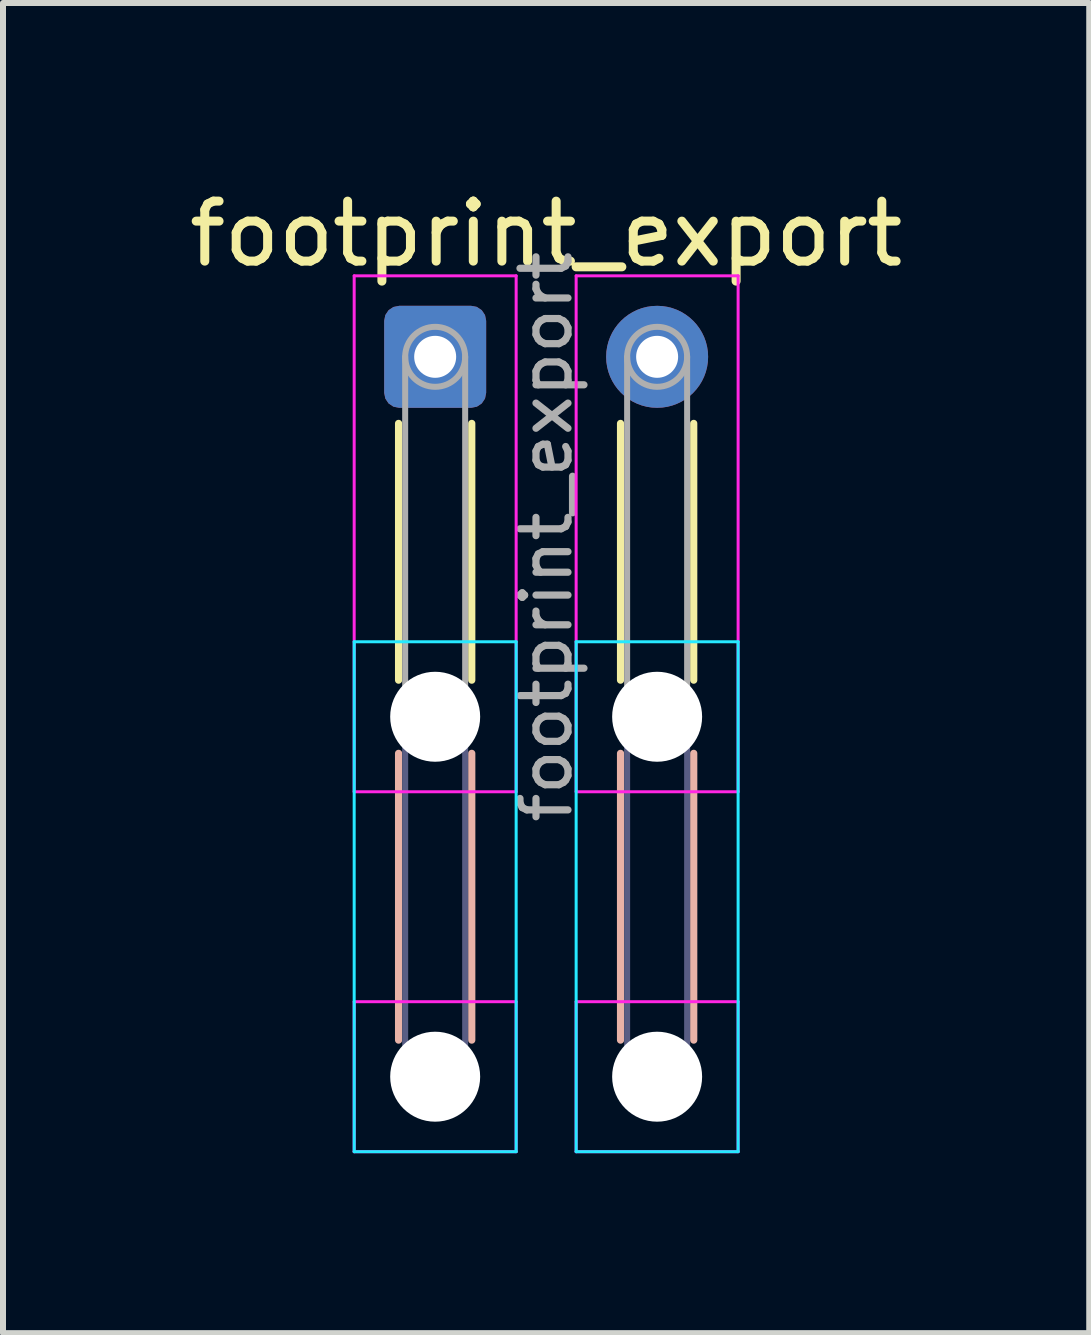
<source format=kicad_pcb>
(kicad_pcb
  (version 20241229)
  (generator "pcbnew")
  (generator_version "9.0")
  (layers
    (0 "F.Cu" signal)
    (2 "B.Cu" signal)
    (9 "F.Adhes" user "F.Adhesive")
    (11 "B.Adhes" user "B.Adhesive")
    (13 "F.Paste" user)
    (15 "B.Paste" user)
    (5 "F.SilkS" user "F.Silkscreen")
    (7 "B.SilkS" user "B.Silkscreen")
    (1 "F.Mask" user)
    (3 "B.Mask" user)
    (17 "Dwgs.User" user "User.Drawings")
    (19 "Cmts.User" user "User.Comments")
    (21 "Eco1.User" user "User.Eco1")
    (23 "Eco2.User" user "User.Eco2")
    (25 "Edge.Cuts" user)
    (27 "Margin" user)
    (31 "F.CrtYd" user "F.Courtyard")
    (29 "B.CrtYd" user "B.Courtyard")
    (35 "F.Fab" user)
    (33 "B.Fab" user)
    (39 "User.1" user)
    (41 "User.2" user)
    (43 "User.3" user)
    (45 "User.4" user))
  (footprint "footprint_export"
    (layer "F.Cu")
    (at 4.204 2.898)
    (property "Reference" "footprint_export" (at 1.85 -2.05 0) (layer "F.SilkS") (effects (font (size 1 1) (thickness 0.15))))
    (attr exclude_from_pos_files exclude_from_bom)
    (fp_line (start -0.61 1.11) (end -0.61 5.39) (stroke (width 0.12) (type solid)) (layer "F.SilkS"))
    (fp_line (start 0.61 1.11) (end 0.61 5.39) (stroke (width 0.12) (type solid)) (layer "F.SilkS"))
    (fp_line (start 3.09 1.11) (end 3.09 5.39) (stroke (width 0.12) (type solid)) (layer "F.SilkS"))
    (fp_line (start 4.31 1.11) (end 4.31 5.39) (stroke (width 0.12) (type solid)) (layer "F.SilkS"))
    (fp_line (start -0.61 6.61) (end -0.61 11.39) (stroke (width 0.12) (type solid)) (layer "B.SilkS"))
    (fp_line (start 0.61 6.61) (end 0.61 11.39) (stroke (width 0.12) (type solid)) (layer "B.SilkS"))
    (fp_line (start 3.09 6.61) (end 3.09 11.39) (stroke (width 0.12) (type solid)) (layer "B.SilkS"))
    (fp_line (start 4.31 6.61) (end 4.31 11.39) (stroke (width 0.12) (type solid)) (layer "B.SilkS"))
    (fp_line (start -1.35 4.75) (end -1.35 13.25) (stroke (width 0.05) (type solid)) (layer "B.CrtYd"))
    (fp_line (start -1.35 13.25) (end 1.35 13.25) (stroke (width 0.05) (type solid)) (layer "B.CrtYd"))
    (fp_line (start 1.35 4.75) (end -1.35 4.75) (stroke (width 0.05) (type solid)) (layer "B.CrtYd"))
    (fp_line (start 1.35 13.25) (end 1.35 4.75) (stroke (width 0.05) (type solid)) (layer "B.CrtYd"))
    (fp_line (start 2.35 4.75) (end 2.35 13.25) (stroke (width 0.05) (type solid)) (layer "B.CrtYd"))
    (fp_line (start 2.35 13.25) (end 5.05 13.25) (stroke (width 0.05) (type solid)) (layer "B.CrtYd"))
    (fp_line (start 5.05 4.75) (end 2.35 4.75) (stroke (width 0.05) (type solid)) (layer "B.CrtYd"))
    (fp_line (start 5.05 13.25) (end 5.05 4.75) (stroke (width 0.05) (type solid)) (layer "B.CrtYd"))
    (fp_line (start -1.35 -1.35) (end -1.35 7.25) (stroke (width 0.05) (type solid)) (layer "F.CrtYd"))
    (fp_line (start -1.35 7.25) (end 1.35 7.25) (stroke (width 0.05) (type solid)) (layer "F.CrtYd"))
    (fp_line (start -1.35 10.75) (end -1.35 13.25) (stroke (width 0.05) (type solid)) (layer "F.CrtYd"))
    (fp_line (start -1.35 13.25) (end 1.35 13.25) (stroke (width 0.05) (type solid)) (layer "F.CrtYd"))
    (fp_line (start 1.35 -1.35) (end -1.35 -1.35) (stroke (width 0.05) (type solid)) (layer "F.CrtYd"))
    (fp_line (start 1.35 7.25) (end 1.35 -1.35) (stroke (width 0.05) (type solid)) (layer "F.CrtYd"))
    (fp_line (start 1.35 10.75) (end -1.35 10.75) (stroke (width 0.05) (type solid)) (layer "F.CrtYd"))
    (fp_line (start 1.35 13.25) (end 1.35 10.75) (stroke (width 0.05) (type solid)) (layer "F.CrtYd"))
    (fp_line (start 2.35 -1.35) (end 2.35 7.25) (stroke (width 0.05) (type solid)) (layer "F.CrtYd"))
    (fp_line (start 2.35 7.25) (end 5.05 7.25) (stroke (width 0.05) (type solid)) (layer "F.CrtYd"))
    (fp_line (start 2.35 10.75) (end 2.35 13.25) (stroke (width 0.05) (type solid)) (layer "F.CrtYd"))
    (fp_line (start 2.35 13.25) (end 5.05 13.25) (stroke (width 0.05) (type solid)) (layer "F.CrtYd"))
    (fp_line (start 5.05 -1.35) (end 2.35 -1.35) (stroke (width 0.05) (type solid)) (layer "F.CrtYd"))
    (fp_line (start 5.05 7.25) (end 5.05 -1.35) (stroke (width 0.05) (type solid)) (layer "F.CrtYd"))
    (fp_line (start 5.05 10.75) (end 2.35 10.75) (stroke (width 0.05) (type solid)) (layer "F.CrtYd"))
    (fp_line (start 5.05 13.25) (end 5.05 10.75) (stroke (width 0.05) (type solid)) (layer "F.CrtYd"))
    (fp_line (start -0.5 6) (end -0.5 12) (stroke (width 0.1) (type solid)) (layer "B.Fab"))
    (fp_line (start 0.5 6) (end 0.5 12) (stroke (width 0.1) (type solid)) (layer "B.Fab"))
    (fp_line (start 3.2 6) (end 3.2 12) (stroke (width 0.1) (type solid)) (layer "B.Fab"))
    (fp_line (start 4.2 6) (end 4.2 12) (stroke (width 0.1) (type solid)) (layer "B.Fab"))
    (fp_circle (center 0 6) (end 0.5 6) (stroke (width 0.1) (type solid)) (fill no) (layer "B.Fab"))
    (fp_circle (center 0 12) (end 0.5 12) (stroke (width 0.1) (type solid)) (fill no) (layer "B.Fab"))
    (fp_circle (center 3.7 6) (end 4.2 6) (stroke (width 0.1) (type solid)) (fill no) (layer "B.Fab"))
    (fp_circle (center 3.7 12) (end 4.2 12) (stroke (width 0.1) (type solid)) (fill no) (layer "B.Fab"))
    (fp_line (start -0.5 0) (end -0.5 6) (stroke (width 0.1) (type solid)) (layer "F.Fab"))
    (fp_line (start 0.5 0) (end 0.5 6) (stroke (width 0.1) (type solid)) (layer "F.Fab"))
    (fp_line (start 3.2 0) (end 3.2 6) (stroke (width 0.1) (type solid)) (layer "F.Fab"))
    (fp_line (start 4.2 0) (end 4.2 6) (stroke (width 0.1) (type solid)) (layer "F.Fab"))
    (fp_circle (center 0 0) (end 0.5 0) (stroke (width 0.1) (type solid)) (fill no) (layer "F.Fab"))
    (fp_circle (center 0 6) (end 0.5 6) (stroke (width 0.1) (type solid)) (fill no) (layer "F.Fab"))
    (fp_circle (center 0 12) (end 0.5 12) (stroke (width 0.1) (type solid)) (fill no) (layer "F.Fab"))
    (fp_circle (center 3.7 0) (end 4.2 0) (stroke (width 0.1) (type solid)) (fill no) (layer "F.Fab"))
    (fp_circle (center 3.7 6) (end 4.2 6) (stroke (width 0.1) (type solid)) (fill no) (layer "F.Fab"))
    (fp_circle (center 3.7 12) (end 4.2 12) (stroke (width 0.1) (type solid)) (fill no) (layer "F.Fab"))
    (fp_text user "${REFERENCE}" (at 1.85 3 90) (layer "F.Fab") (effects (font (size 0.8 0.8) (thickness 0.12))))
    (pad "" np_thru_hole circle (at 0 6) (size 1.5 1.5) (drill 1.5) (layers "*.Cu" "*.Mask"))
    (pad "" np_thru_hole circle (at 0 12) (size 1.5 1.5) (drill 1.5) (layers "*.Cu" "*.Mask"))
    (pad "" np_thru_hole circle (at 3.7 6) (size 1.5 1.5) (drill 1.5) (layers "*.Cu" "*.Mask"))
    (pad "" np_thru_hole circle (at 3.7 12) (size 1.5 1.5) (drill 1.5) (layers "*.Cu" "*.Mask"))
    (pad "1" thru_hole roundrect (at 0 0) (size 1.7 1.7) (drill 0.7) (layers "*.Cu" "*.Mask") (roundrect_rratio 0.147))
    (pad "2" thru_hole circle (at 3.7 0) (size 1.7 1.7) (drill 0.7) (layers "*.Cu" "*.Mask")))
  (gr_rect
    (start -3 -3)
    (end 15.107 19.173)
    (stroke (width 0.1) (type default))
    (fill no)
    (layer "Edge.Cuts")))
</source>
